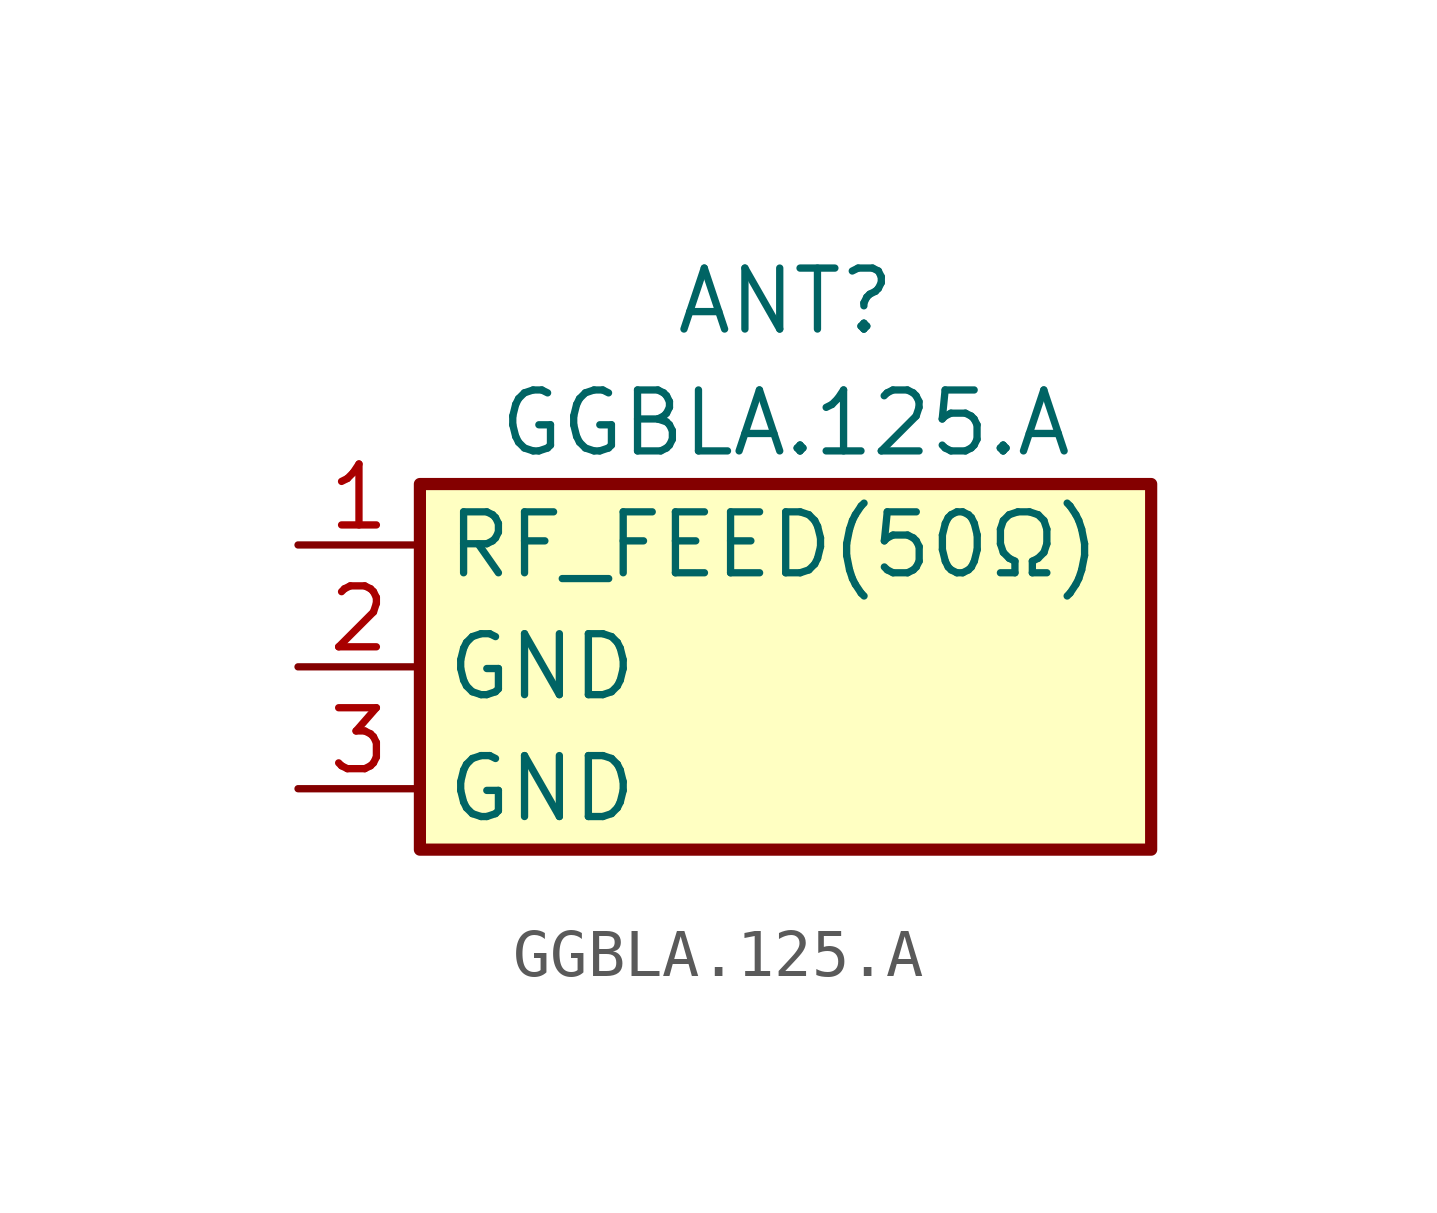
<source format=kicad_sym>
(kicad_symbol_lib
  (version 20211014)
  (generator kicad_symbol_editor)
  (symbol "GGBLA.125.A"
    (property "Reference" "ANT"
      (at 10.16 7.62 0)
      (effects (font (size 1.27 1.27))))
    (property "Value" "GGBLA.125.A"
      (at 10.16 5.08 0)
      (effects (font (size 1.27 1.27))))
    (symbol "GGBLA.125.A_1_1"
      (rectangle (start 2.54 3.81) (end 17.78 -3.81) (stroke (width 0.254) (type default) (color 0 0 0 0)) (fill (type background)))
      (pin passive line (at 0 2.54 0) (length 2.54) (name "RF_FEED(50Ω)" (effects (font (size 1.27 1.27)))) (number "1" (effects (font (size 1.27 1.27)))))
      (pin passive line (at 0 0 0) (length 2.54) (name "GND" (effects (font (size 1.27 1.27)))) (number "2" (effects (font (size 1.27 1.27)))))
      (pin passive line (at 0 -2.54 0) (length 2.54) (name "GND" (effects (font (size 1.27 1.27)))) (number "3" (effects (font (size 1.27 1.27))))))))
</source>
